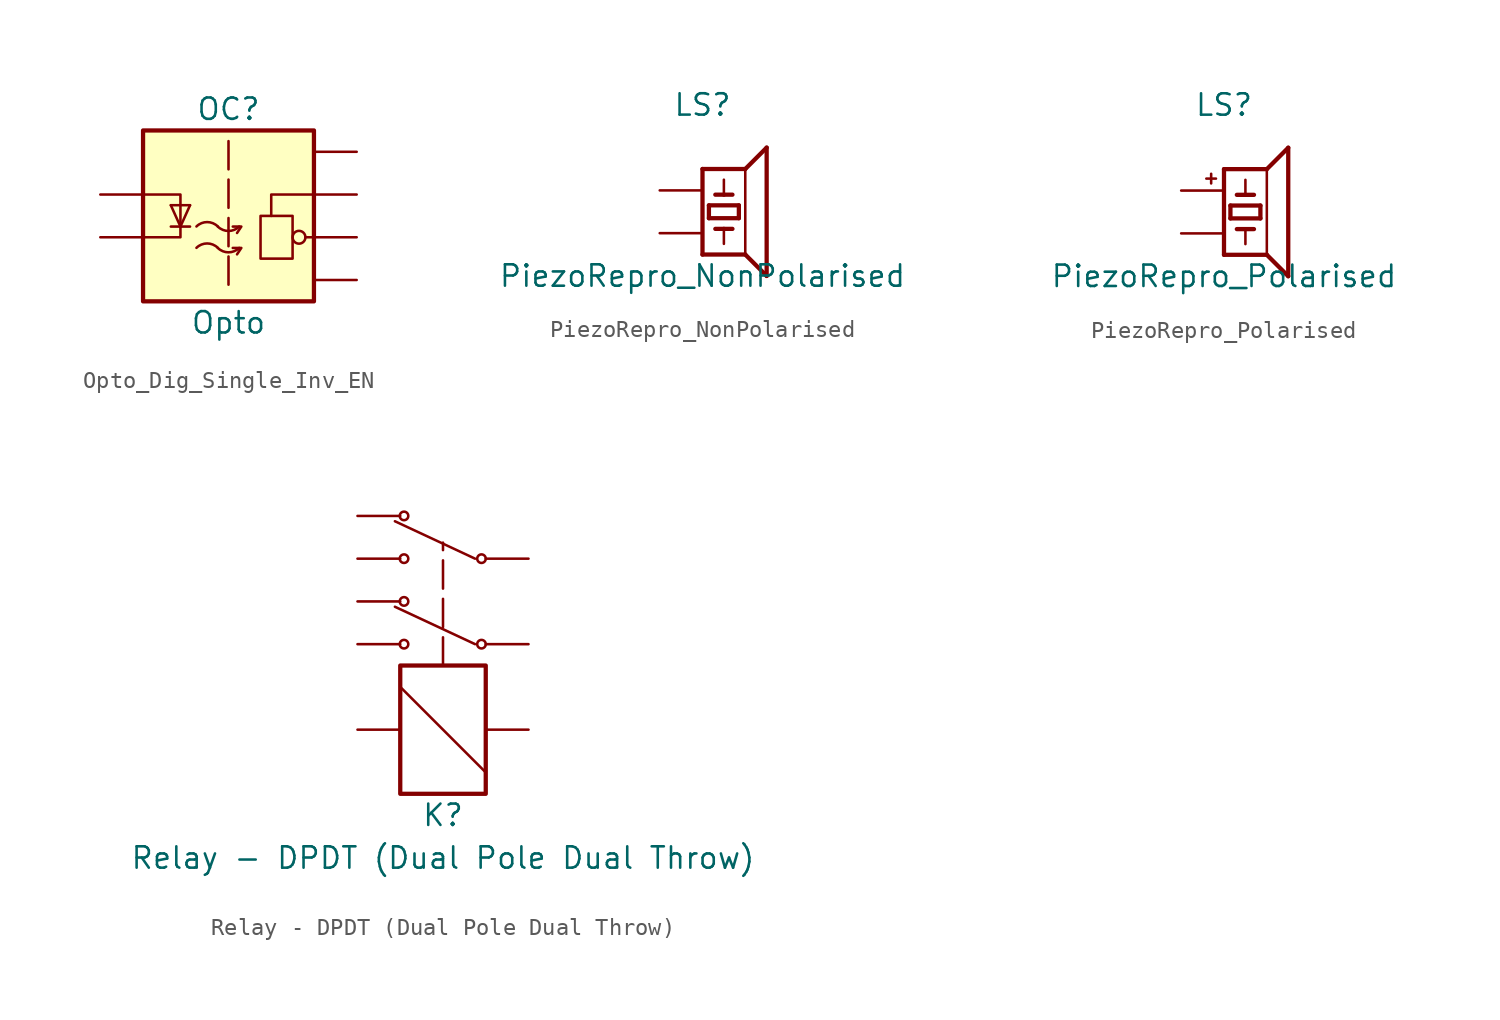
<source format=kicad_sym>
(kicad_symbol_lib
  (version 20241209)
  (generator "kicad_symbol_editor")
  (generator_version "9.0")
  (symbol "Opto_Dig_Single_Inv_EN"
    (pin_names
      (hide yes))
    (property "Reference" "OC"
      (at 0 5.08 0)
      (effects (font (size 1.27 1.27))))
    (property "Value" "Opto"
      (at 0 -7.62 0)
      (effects (font (size 1.27 1.27))))
    (symbol "Opto_Dig_Single_Inv_EN_0_1"
      (rectangle (start -5.08 3.81) (end 5.08 -6.35) (stroke (width 0.254) (type default)) (fill (type background)))
      (polyline (pts (xy -5.08 0) (xy -2.857 0) (xy -2.857 -2.54) (xy -5.08 -2.54)) (stroke (width 0) (type default)) (fill (type none)))
      (polyline (pts (xy -3.429 -0.635) (xy -2.286 -0.635)) (stroke (width 0) (type default)) (fill (type none)))
      (polyline (pts (xy -3.429 -1.905) (xy -2.286 -1.905)) (stroke (width 0) (type default)) (fill (type none)))
      (polyline (pts (xy -2.857 -1.905) (xy -3.429 -0.635)) (stroke (width 0) (type default)) (fill (type none)))
      (polyline (pts (xy -2.857 -1.905) (xy -2.286 -0.635)) (stroke (width 0) (type default)) (fill (type none)))
      (arc (start -1.905 -1.8991) (mid -1.27 -1.6378) (end -0.635 -1.8991) (stroke (width 0) (type default)) (fill (type none)))
      (arc (start -1.905 -3.1691) (mid -1.27 -2.9078) (end -0.635 -3.1691) (stroke (width 0) (type default)) (fill (type none)))
      (arc (start 0.635 -1.905) (mid 0 -2.1663) (end -0.635 -1.905) (stroke (width 0) (type default)) (fill (type none)))
      (arc (start 0.635 -3.175) (mid 0 -3.4363) (end -0.635 -3.175) (stroke (width 0) (type default)) (fill (type none)))
      (polyline (pts (xy 0.508 -2.286) (xy 0.762 -1.905) (xy 0.254 -1.905)) (stroke (width 0) (type default)) (fill (type none)))
      (polyline (pts (xy 0.508 -3.556) (xy 0.762 -3.175) (xy 0.254 -3.175)) (stroke (width 0) (type default)) (fill (type none)))
      (polyline (pts (xy 3.81 -1.27) (xy 1.905 -1.27) (xy 1.905 -3.81) (xy 3.81 -3.81) (xy 3.81 -1.27)) (stroke (width 0) (type default)) (fill (type none)))
      (circle (center 4.191 -2.54) (radius 0.381) (stroke (width 0) (type default)) (fill (type none)))
      (polyline (pts (xy 5.08 0) (xy 2.54 0) (xy 2.54 -1.27)) (stroke (width 0) (type default)) (fill (type none))))
    (symbol "Opto_Dig_Single_Inv_EN_1_1"
      (polyline (pts (xy 0 3.175) (xy 0 -5.715)) (stroke (width 0) (type dash)) (fill (type none)))
      (polyline (pts (xy 5.08 -2.54) (xy 4.572 -2.54)) (stroke (width 0) (type default)) (fill (type none)))
      (pin passive line (at -7.62 0 0) (length 2.54) (name "AC1" (effects (font (size 1.27 1.27)))) (number "" (effects (font (size 1.27 1.27)))))
      (pin passive line (at -7.62 -2.54 0) (length 2.54) (name "AC2" (effects (font (size 1.27 1.27)))) (number "" (effects (font (size 1.27 1.27)))))
      (pin power_in line (at 7.62 2.54 180) (length 2.54) (name "VCC" (effects (font (size 1.27 1.27)))) (number "" (effects (font (size 1.27 1.27)))))
      (pin passive line (at 7.62 0 180) (length 2.54) (name "EN" (effects (font (size 1.27 1.27)))) (number "" (effects (font (size 1.27 1.27)))))
      (pin passive line (at 7.62 -2.54 180) (length 2.54) (name "E" (effects (font (size 1.27 1.27)))) (number "" (effects (font (size 1.27 1.27)))))
      (pin power_in line (at 7.62 -5.08 180) (length 2.54) (name "GND" (effects (font (size 1.27 1.27)))) (number "" (effects (font (size 1.27 1.27)))))))
  (symbol "PiezoRepro_NonPolarised"
    (pin_numbers
      (hide yes))
    (pin_names
      (offset 1.016)
      (hide yes))
    (property "Reference" "LS"
      (at 0 5.08 0)
      (effects (font (size 1.27 1.27))))
    (property "Value" "PiezoRepro_NonPolarised"
      (at 0 -5.08 0)
      (effects (font (size 1.27 1.27))))
    (symbol "PiezoRepro_NonPolarised_1_0"
      (polyline (pts (xy 0 -3.81) (xy 0 1.27)) (stroke (width 0.254) (type default)) (fill (type none)))
      (polyline (pts (xy 0 -3.81) (xy 2.54 -3.81)) (stroke (width 0.254) (type default)) (fill (type none)))
      (polyline (pts (xy 0.381 -0.889) (xy 0.381 -1.651)) (stroke (width 0.254) (type default)) (fill (type none)))
      (polyline (pts (xy 0.381 -1.651) (xy 2.159 -1.651)) (stroke (width 0.254) (type default)) (fill (type none)))
      (polyline (pts (xy 0.762 -0.254) (xy 1.27 -0.254)) (stroke (width 0.254) (type default)) (fill (type none)))
      (polyline (pts (xy 0.762 -2.286) (xy 1.27 -2.286)) (stroke (width 0.254) (type default)) (fill (type none)))
      (polyline (pts (xy 1.27 -0.254) (xy 1.27 0.635)) (stroke (width 0.152) (type default)) (fill (type none)))
      (polyline (pts (xy 1.27 -0.254) (xy 1.778 -0.254)) (stroke (width 0.254) (type default)) (fill (type none)))
      (polyline (pts (xy 1.27 -2.286) (xy 1.778 -2.286)) (stroke (width 0.254) (type default)) (fill (type none)))
      (polyline (pts (xy 1.27 -3.175) (xy 1.27 -2.286)) (stroke (width 0.152) (type default)) (fill (type none)))
      (polyline (pts (xy 2.159 -0.889) (xy 0.381 -0.889)) (stroke (width 0.254) (type default)) (fill (type none)))
      (polyline (pts (xy 2.159 -1.651) (xy 2.159 -0.889)) (stroke (width 0.254) (type default)) (fill (type none)))
      (polyline (pts (xy 2.54 1.27) (xy 0 1.27)) (stroke (width 0.254) (type default)) (fill (type none)))
      (polyline (pts (xy 2.54 1.27) (xy 3.81 2.54)) (stroke (width 0.254) (type default)) (fill (type none)))
      (polyline (pts (xy 2.54 -3.81) (xy 2.54 1.27)) (stroke (width 0.152) (type default)) (fill (type none)))
      (polyline (pts (xy 3.81 2.54) (xy 3.81 -5.08)) (stroke (width 0.254) (type default)) (fill (type none)))
      (polyline (pts (xy 3.81 -5.08) (xy 2.54 -3.81)) (stroke (width 0.254) (type default)) (fill (type none))))
    (symbol "PiezoRepro_NonPolarised_1_1"
      (pin passive line (at -2.54 0 0) (length 2.54) (name "1" (effects (font (size 1.27 1.27)))) (number "1" (effects (font (size 1.27 1.27)))))
      (pin passive line (at -2.54 -2.54 0) (length 2.54) (name "2" (effects (font (size 1.27 1.27)))) (number "2" (effects (font (size 1.27 1.27)))))))
  (symbol "PiezoRepro_Polarised"
    (pin_numbers
      (hide yes))
    (pin_names
      (offset 1.016)
      (hide yes))
    (property "Reference" "LS"
      (at 0 5.08 0)
      (effects (font (size 1.27 1.27))))
    (property "Value" "PiezoRepro_Polarised"
      (at 0 -5.08 0)
      (effects (font (size 1.27 1.27))))
    (symbol "PiezoRepro_Polarised_0_0"
      (text "+" (at -0.762 0.762 0) (effects (font (size 0.75 0.75)))))
    (symbol "PiezoRepro_Polarised_1_0"
      (polyline (pts (xy 0 -3.81) (xy 0 1.27)) (stroke (width 0.254) (type default)) (fill (type none)))
      (polyline (pts (xy 0 -3.81) (xy 2.54 -3.81)) (stroke (width 0.254) (type default)) (fill (type none)))
      (polyline (pts (xy 0.381 -0.889) (xy 0.381 -1.651)) (stroke (width 0.254) (type default)) (fill (type none)))
      (polyline (pts (xy 0.381 -1.651) (xy 2.159 -1.651)) (stroke (width 0.254) (type default)) (fill (type none)))
      (polyline (pts (xy 0.762 -0.254) (xy 1.27 -0.254)) (stroke (width 0.254) (type default)) (fill (type none)))
      (polyline (pts (xy 0.762 -2.286) (xy 1.27 -2.286)) (stroke (width 0.254) (type default)) (fill (type none)))
      (polyline (pts (xy 1.27 -0.254) (xy 1.27 0.635)) (stroke (width 0.152) (type default)) (fill (type none)))
      (polyline (pts (xy 1.27 -0.254) (xy 1.778 -0.254)) (stroke (width 0.254) (type default)) (fill (type none)))
      (polyline (pts (xy 1.27 -2.286) (xy 1.778 -2.286)) (stroke (width 0.254) (type default)) (fill (type none)))
      (polyline (pts (xy 1.27 -3.175) (xy 1.27 -2.286)) (stroke (width 0.152) (type default)) (fill (type none)))
      (polyline (pts (xy 2.159 -0.889) (xy 0.381 -0.889)) (stroke (width 0.254) (type default)) (fill (type none)))
      (polyline (pts (xy 2.159 -1.651) (xy 2.159 -0.889)) (stroke (width 0.254) (type default)) (fill (type none)))
      (polyline (pts (xy 2.54 1.27) (xy 0 1.27)) (stroke (width 0.254) (type default)) (fill (type none)))
      (polyline (pts (xy 2.54 1.27) (xy 3.81 2.54)) (stroke (width 0.254) (type default)) (fill (type none)))
      (polyline (pts (xy 2.54 -3.81) (xy 2.54 1.27)) (stroke (width 0.152) (type default)) (fill (type none)))
      (polyline (pts (xy 3.81 2.54) (xy 3.81 -5.08)) (stroke (width 0.254) (type default)) (fill (type none)))
      (polyline (pts (xy 3.81 -5.08) (xy 2.54 -3.81)) (stroke (width 0.254) (type default)) (fill (type none))))
    (symbol "PiezoRepro_Polarised_1_1"
      (pin passive line (at -2.54 0 0) (length 2.54) (name "1" (effects (font (size 1.27 1.27)))) (number "1" (effects (font (size 1.27 1.27)))))
      (pin passive line (at -2.54 -2.54 0) (length 2.54) (name "2" (effects (font (size 1.27 1.27)))) (number "2" (effects (font (size 1.27 1.27)))))))
  (symbol "Relay - DPDT (Dual Pole Dual Throw)"
    (pin_numbers
      (hide yes))
    (pin_names
      (offset 0)
      (hide yes))
    (property "Reference" "K"
      (at 0 -5.08 0)
      (effects (font (size 1.27 1.27))))
    (property "Value" "Relay - DPDT (Dual Pole Dual Throw)"
      (at 0 -7.62 0)
      (effects (font (size 1.27 1.27))))
    (symbol "Relay - DPDT (Dual Pole Dual Throw)_0_1"
      (rectangle (start -2.54 3.81) (end 2.54 -3.81) (stroke (width 0.254) (type default)) (fill (type none)))
      (polyline (pts (xy -2.54 2.54) (xy 2.54 -2.54)) (stroke (width 0) (type default)) (fill (type none))))
    (symbol "Relay - DPDT (Dual Pole Dual Throw)_1_1"
      (circle (center -2.316 12.7) (radius 0.254) (stroke (width 0) (type default)) (fill (type none)))
      (circle (center -2.316 10.16) (radius 0.254) (stroke (width 0) (type default)) (fill (type none)))
      (circle (center -2.316 7.62) (radius 0.254) (stroke (width 0) (type default)) (fill (type none)))
      (circle (center -2.316 5.08) (radius 0.254) (stroke (width 0) (type default)) (fill (type none)))
      (polyline (pts (xy 0 3.81) (xy 0 11.113)) (stroke (width 0) (type dash)) (fill (type none)))
      (polyline (pts (xy 1.905 10.16) (xy -2.857 12.383)) (stroke (width 0) (type default)) (fill (type none)))
      (polyline (pts (xy 1.905 5.08) (xy -2.857 7.303)) (stroke (width 0) (type default)) (fill (type none)))
      (circle (center 2.286 10.16) (radius 0.254) (stroke (width 0) (type default)) (fill (type none)))
      (circle (center 2.286 5.08) (radius 0.254) (stroke (width 0) (type default)) (fill (type none)))
      (pin passive line (at -5.08 12.7 0) (length 2.54) (name "NC2" (effects (font (size 1.27 1.27)))) (number "NC2" (effects (font (size 1.27 1.27)))))
      (pin passive line (at -5.08 10.16 0) (length 2.54) (name "NO2" (effects (font (size 1.27 1.27)))) (number "NO2" (effects (font (size 1.27 1.27)))))
      (pin passive line (at -5.08 7.62 0) (length 2.54) (name "NC1" (effects (font (size 1.27 1.27)))) (number "NC1" (effects (font (size 1.27 1.27)))))
      (pin passive line (at -5.08 5.08 0) (length 2.54) (name "NO1" (effects (font (size 1.27 1.27)))) (number "NO1" (effects (font (size 1.27 1.27)))))
      (pin passive line (at -5.08 0 0) (length 2.54) (name "COIL1" (effects (font (size 1.27 1.27)))) (number "COIL1" (effects (font (size 1.27 1.27)))))
      (pin passive line (at 5.08 10.16 180) (length 2.54) (name "COM2" (effects (font (size 1.27 1.27)))) (number "COM2" (effects (font (size 1.27 1.27)))))
      (pin passive line (at 5.08 5.08 180) (length 2.54) (name "COM1" (effects (font (size 1.27 1.27)))) (number "COM1" (effects (font (size 1.27 1.27)))))
      (pin passive line (at 5.08 0 180) (length 2.54) (name "COIL2" (effects (font (size 1.27 1.27)))) (number "COIL2" (effects (font (size 1.27 1.27))))))))
</source>
